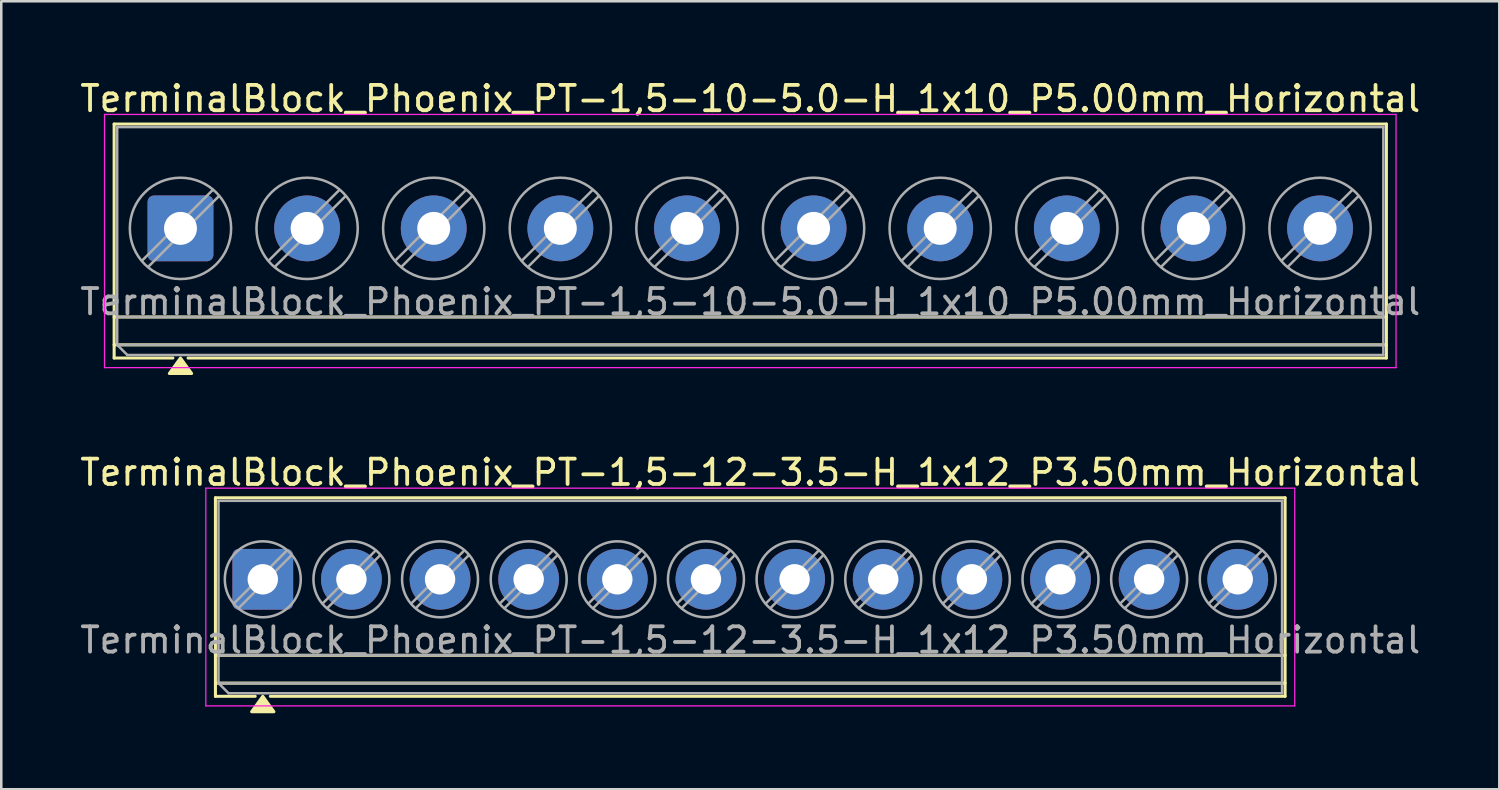
<source format=kicad_pcb>
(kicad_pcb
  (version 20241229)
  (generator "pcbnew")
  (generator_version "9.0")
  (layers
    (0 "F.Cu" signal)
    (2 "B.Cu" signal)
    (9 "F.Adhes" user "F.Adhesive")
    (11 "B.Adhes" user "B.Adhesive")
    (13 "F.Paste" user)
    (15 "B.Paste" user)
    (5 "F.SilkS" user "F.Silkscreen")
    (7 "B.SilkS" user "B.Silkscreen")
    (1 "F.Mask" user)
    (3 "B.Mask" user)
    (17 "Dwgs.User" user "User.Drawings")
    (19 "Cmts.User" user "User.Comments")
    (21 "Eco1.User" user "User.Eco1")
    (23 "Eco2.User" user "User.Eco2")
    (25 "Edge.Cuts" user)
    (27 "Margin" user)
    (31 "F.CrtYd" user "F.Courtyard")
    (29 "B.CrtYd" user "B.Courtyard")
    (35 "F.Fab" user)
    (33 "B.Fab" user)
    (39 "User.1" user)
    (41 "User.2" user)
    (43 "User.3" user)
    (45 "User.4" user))
  (footprint "TerminalBlock_Phoenix_PT-1,5-12-3.5-H_1x12_P3.50mm_Horizontal"
    (layer "F.Cu")
    (at 7.327 19.826)
    (property "Reference" "TerminalBlock_Phoenix_PT-1,5-12-3.5-H_1x12_P3.50mm_Horizontal" (at 19.25 -4.22 0) (layer "F.SilkS") (effects (font (size 1 1) (thickness 0.15))))
    (attr through_hole)
    (fp_line (start -1.87 -3.22) (end -1.87 4.62) (stroke (width 0.12) (type solid)) (layer "F.SilkS"))
    (fp_line (start -1.87 -3.22) (end 40.37 -3.22) (stroke (width 0.12) (type solid)) (layer "F.SilkS"))
    (fp_line (start -1.87 3) (end 40.37 3) (stroke (width 0.12) (type solid)) (layer "F.SilkS"))
    (fp_line (start -1.87 4.1) (end 40.37 4.1) (stroke (width 0.12) (type solid)) (layer "F.SilkS"))
    (fp_line (start -1.87 4.62) (end -0.3 4.62) (stroke (width 0.12) (type solid)) (layer "F.SilkS"))
    (fp_line (start 0.3 4.62) (end 40.37 4.62) (stroke (width 0.12) (type solid)) (layer "F.SilkS"))
    (fp_line (start 40.37 -3.22) (end 40.37 4.62) (stroke (width 0.12) (type solid)) (layer "F.SilkS"))
    (fp_poly (pts (xy 0 4.62) (xy 0.44 5.23) (xy -0.44 5.23)) (stroke (width 0.12) (type solid)) (fill yes) (layer "F.SilkS"))
    (fp_line (start -2.25 -3.6) (end -2.25 5) (stroke (width 0.05) (type solid)) (layer "F.CrtYd"))
    (fp_line (start -2.25 5) (end 40.75 5) (stroke (width 0.05) (type solid)) (layer "F.CrtYd"))
    (fp_line (start 40.75 -3.6) (end -2.25 -3.6) (stroke (width 0.05) (type solid)) (layer "F.CrtYd"))
    (fp_line (start 40.75 5) (end 40.75 -3.6) (stroke (width 0.05) (type solid)) (layer "F.CrtYd"))
    (fp_line (start -1.75 -3.1) (end 40.25 -3.1) (stroke (width 0.1) (type solid)) (layer "F.Fab"))
    (fp_line (start -1.75 3) (end 40.25 3) (stroke (width 0.1) (type solid)) (layer "F.Fab"))
    (fp_line (start -1.75 4.1) (end -1.75 -3.1) (stroke (width 0.1) (type solid)) (layer "F.Fab"))
    (fp_line (start -1.75 4.1) (end 40.25 4.1) (stroke (width 0.1) (type solid)) (layer "F.Fab"))
    (fp_line (start -1.35 4.5) (end -1.75 4.1) (stroke (width 0.1) (type solid)) (layer "F.Fab"))
    (fp_line (start 0.955 -1.138) (end -1.138 0.955) (stroke (width 0.1) (type solid)) (layer "F.Fab"))
    (fp_line (start 1.138 -0.955) (end -0.955 1.138) (stroke (width 0.1) (type solid)) (layer "F.Fab"))
    (fp_line (start 4.455 -1.138) (end 2.362 0.955) (stroke (width 0.1) (type solid)) (layer "F.Fab"))
    (fp_line (start 4.638 -0.955) (end 2.545 1.138) (stroke (width 0.1) (type solid)) (layer "F.Fab"))
    (fp_line (start 7.955 -1.138) (end 5.862 0.955) (stroke (width 0.1) (type solid)) (layer "F.Fab"))
    (fp_line (start 8.138 -0.955) (end 6.045 1.138) (stroke (width 0.1) (type solid)) (layer "F.Fab"))
    (fp_line (start 11.455 -1.138) (end 9.362 0.955) (stroke (width 0.1) (type solid)) (layer "F.Fab"))
    (fp_line (start 11.638 -0.955) (end 9.545 1.138) (stroke (width 0.1) (type solid)) (layer "F.Fab"))
    (fp_line (start 14.955 -1.138) (end 12.862 0.955) (stroke (width 0.1) (type solid)) (layer "F.Fab"))
    (fp_line (start 15.138 -0.955) (end 13.045 1.138) (stroke (width 0.1) (type solid)) (layer "F.Fab"))
    (fp_line (start 18.455 -1.138) (end 16.362 0.955) (stroke (width 0.1) (type solid)) (layer "F.Fab"))
    (fp_line (start 18.638 -0.955) (end 16.545 1.138) (stroke (width 0.1) (type solid)) (layer "F.Fab"))
    (fp_line (start 21.955 -1.138) (end 19.862 0.955) (stroke (width 0.1) (type solid)) (layer "F.Fab"))
    (fp_line (start 22.138 -0.955) (end 20.045 1.138) (stroke (width 0.1) (type solid)) (layer "F.Fab"))
    (fp_line (start 25.455 -1.138) (end 23.362 0.955) (stroke (width 0.1) (type solid)) (layer "F.Fab"))
    (fp_line (start 25.638 -0.955) (end 23.545 1.138) (stroke (width 0.1) (type solid)) (layer "F.Fab"))
    (fp_line (start 28.955 -1.138) (end 26.862 0.955) (stroke (width 0.1) (type solid)) (layer "F.Fab"))
    (fp_line (start 29.138 -0.955) (end 27.045 1.138) (stroke (width 0.1) (type solid)) (layer "F.Fab"))
    (fp_line (start 32.455 -1.138) (end 30.362 0.955) (stroke (width 0.1) (type solid)) (layer "F.Fab"))
    (fp_line (start 32.638 -0.955) (end 30.545 1.138) (stroke (width 0.1) (type solid)) (layer "F.Fab"))
    (fp_line (start 35.955 -1.138) (end 33.862 0.955) (stroke (width 0.1) (type solid)) (layer "F.Fab"))
    (fp_line (start 36.138 -0.955) (end 34.045 1.138) (stroke (width 0.1) (type solid)) (layer "F.Fab"))
    (fp_line (start 39.455 -1.138) (end 37.362 0.955) (stroke (width 0.1) (type solid)) (layer "F.Fab"))
    (fp_line (start 39.638 -0.955) (end 37.545 1.138) (stroke (width 0.1) (type solid)) (layer "F.Fab"))
    (fp_line (start 40.25 -3.1) (end 40.25 4.5) (stroke (width 0.1) (type solid)) (layer "F.Fab"))
    (fp_line (start 40.25 4.5) (end -1.35 4.5) (stroke (width 0.1) (type solid)) (layer "F.Fab"))
    (fp_circle (center 0 0) (end 1.5 0) (stroke (width 0.1) (type solid)) (fill no) (layer "F.Fab"))
    (fp_circle (center 3.5 0) (end 5 0) (stroke (width 0.1) (type solid)) (fill no) (layer "F.Fab"))
    (fp_circle (center 7 0) (end 8.5 0) (stroke (width 0.1) (type solid)) (fill no) (layer "F.Fab"))
    (fp_circle (center 10.5 0) (end 12 0) (stroke (width 0.1) (type solid)) (fill no) (layer "F.Fab"))
    (fp_circle (center 14 0) (end 15.5 0) (stroke (width 0.1) (type solid)) (fill no) (layer "F.Fab"))
    (fp_circle (center 17.5 0) (end 19 0) (stroke (width 0.1) (type solid)) (fill no) (layer "F.Fab"))
    (fp_circle (center 21 0) (end 22.5 0) (stroke (width 0.1) (type solid)) (fill no) (layer "F.Fab"))
    (fp_circle (center 24.5 0) (end 26 0) (stroke (width 0.1) (type solid)) (fill no) (layer "F.Fab"))
    (fp_circle (center 28 0) (end 29.5 0) (stroke (width 0.1) (type solid)) (fill no) (layer "F.Fab"))
    (fp_circle (center 31.5 0) (end 33 0) (stroke (width 0.1) (type solid)) (fill no) (layer "F.Fab"))
    (fp_circle (center 35 0) (end 36.5 0) (stroke (width 0.1) (type solid)) (fill no) (layer "F.Fab"))
    (fp_circle (center 38.5 0) (end 40 0) (stroke (width 0.1) (type solid)) (fill no) (layer "F.Fab"))
    (fp_text user "${REFERENCE}" (at 19.25 2.4 0) (layer "F.Fab") (effects (font (size 1 1) (thickness 0.15))))
    (pad "1" thru_hole roundrect (at 0 0) (size 2.4 2.4) (drill 1.2) (layers "*.Cu" "*.Mask") (roundrect_rratio 0.104))
    (pad "2" thru_hole circle (at 3.5 0) (size 2.4 2.4) (drill 1.2) (layers "*.Cu" "*.Mask"))
    (pad "3" thru_hole circle (at 7 0) (size 2.4 2.4) (drill 1.2) (layers "*.Cu" "*.Mask"))
    (pad "4" thru_hole circle (at 10.5 0) (size 2.4 2.4) (drill 1.2) (layers "*.Cu" "*.Mask"))
    (pad "5" thru_hole circle (at 14 0) (size 2.4 2.4) (drill 1.2) (layers "*.Cu" "*.Mask"))
    (pad "6" thru_hole circle (at 17.5 0) (size 2.4 2.4) (drill 1.2) (layers "*.Cu" "*.Mask"))
    (pad "7" thru_hole circle (at 21 0) (size 2.4 2.4) (drill 1.2) (layers "*.Cu" "*.Mask"))
    (pad "8" thru_hole circle (at 24.5 0) (size 2.4 2.4) (drill 1.2) (layers "*.Cu" "*.Mask"))
    (pad "9" thru_hole circle (at 28 0) (size 2.4 2.4) (drill 1.2) (layers "*.Cu" "*.Mask"))
    (pad "10" thru_hole circle (at 31.5 0) (size 2.4 2.4) (drill 1.2) (layers "*.Cu" "*.Mask"))
    (pad "11" thru_hole circle (at 35 0) (size 2.4 2.4) (drill 1.2) (layers "*.Cu" "*.Mask"))
    (pad "12" thru_hole circle (at 38.5 0) (size 2.4 2.4) (drill 1.2) (layers "*.Cu" "*.Mask")))
  (footprint "TerminalBlock_Phoenix_PT-1,5-10-5.0-H_1x10_P5.00mm_Horizontal"
    (layer "F.Cu")
    (at 4.077 5.968)
    (property "Reference" "TerminalBlock_Phoenix_PT-1,5-10-5.0-H_1x10_P5.00mm_Horizontal" (at 22.5 -5.12 0) (layer "F.SilkS") (effects (font (size 1 1) (thickness 0.15))))
    (attr through_hole)
    (fp_line (start -2.62 -4.12) (end -2.62 5.12) (stroke (width 0.12) (type solid)) (layer "F.SilkS"))
    (fp_line (start -2.62 -4.12) (end 47.62 -4.12) (stroke (width 0.12) (type solid)) (layer "F.SilkS"))
    (fp_line (start -2.62 3.5) (end 47.62 3.5) (stroke (width 0.12) (type solid)) (layer "F.SilkS"))
    (fp_line (start -2.62 4.6) (end 47.62 4.6) (stroke (width 0.12) (type solid)) (layer "F.SilkS"))
    (fp_line (start -2.62 5.12) (end -0.3 5.12) (stroke (width 0.12) (type solid)) (layer "F.SilkS"))
    (fp_line (start 0.3 5.12) (end 47.62 5.12) (stroke (width 0.12) (type solid)) (layer "F.SilkS"))
    (fp_line (start 47.62 -4.12) (end 47.62 5.12) (stroke (width 0.12) (type solid)) (layer "F.SilkS"))
    (fp_poly (pts (xy 0 5.12) (xy 0.44 5.73) (xy -0.44 5.73)) (stroke (width 0.12) (type solid)) (fill yes) (layer "F.SilkS"))
    (fp_line (start -3 -4.5) (end -3 5.5) (stroke (width 0.05) (type solid)) (layer "F.CrtYd"))
    (fp_line (start -3 5.5) (end 48 5.5) (stroke (width 0.05) (type solid)) (layer "F.CrtYd"))
    (fp_line (start 48 -4.5) (end -3 -4.5) (stroke (width 0.05) (type solid)) (layer "F.CrtYd"))
    (fp_line (start 48 5.5) (end 48 -4.5) (stroke (width 0.05) (type solid)) (layer "F.CrtYd"))
    (fp_line (start -2.5 -4) (end 47.5 -4) (stroke (width 0.1) (type solid)) (layer "F.Fab"))
    (fp_line (start -2.5 3.5) (end 47.5 3.5) (stroke (width 0.1) (type solid)) (layer "F.Fab"))
    (fp_line (start -2.5 4.6) (end -2.5 -4) (stroke (width 0.1) (type solid)) (layer "F.Fab"))
    (fp_line (start -2.5 4.6) (end 47.5 4.6) (stroke (width 0.1) (type solid)) (layer "F.Fab"))
    (fp_line (start -2.1 5) (end -2.5 4.6) (stroke (width 0.1) (type solid)) (layer "F.Fab"))
    (fp_line (start 1.273 -1.517) (end -1.517 1.273) (stroke (width 0.1) (type solid)) (layer "F.Fab"))
    (fp_line (start 1.517 -1.273) (end -1.273 1.517) (stroke (width 0.1) (type solid)) (layer "F.Fab"))
    (fp_line (start 6.273 -1.517) (end 3.483 1.273) (stroke (width 0.1) (type solid)) (layer "F.Fab"))
    (fp_line (start 6.517 -1.273) (end 3.727 1.517) (stroke (width 0.1) (type solid)) (layer "F.Fab"))
    (fp_line (start 11.273 -1.517) (end 8.483 1.273) (stroke (width 0.1) (type solid)) (layer "F.Fab"))
    (fp_line (start 11.517 -1.273) (end 8.727 1.517) (stroke (width 0.1) (type solid)) (layer "F.Fab"))
    (fp_line (start 16.273 -1.517) (end 13.483 1.273) (stroke (width 0.1) (type solid)) (layer "F.Fab"))
    (fp_line (start 16.517 -1.273) (end 13.727 1.517) (stroke (width 0.1) (type solid)) (layer "F.Fab"))
    (fp_line (start 21.273 -1.517) (end 18.483 1.273) (stroke (width 0.1) (type solid)) (layer "F.Fab"))
    (fp_line (start 21.517 -1.273) (end 18.727 1.517) (stroke (width 0.1) (type solid)) (layer "F.Fab"))
    (fp_line (start 26.273 -1.517) (end 23.483 1.273) (stroke (width 0.1) (type solid)) (layer "F.Fab"))
    (fp_line (start 26.517 -1.273) (end 23.727 1.517) (stroke (width 0.1) (type solid)) (layer "F.Fab"))
    (fp_line (start 31.273 -1.517) (end 28.483 1.273) (stroke (width 0.1) (type solid)) (layer "F.Fab"))
    (fp_line (start 31.517 -1.273) (end 28.727 1.517) (stroke (width 0.1) (type solid)) (layer "F.Fab"))
    (fp_line (start 36.273 -1.517) (end 33.483 1.273) (stroke (width 0.1) (type solid)) (layer "F.Fab"))
    (fp_line (start 36.517 -1.273) (end 33.727 1.517) (stroke (width 0.1) (type solid)) (layer "F.Fab"))
    (fp_line (start 41.273 -1.517) (end 38.483 1.273) (stroke (width 0.1) (type solid)) (layer "F.Fab"))
    (fp_line (start 41.517 -1.273) (end 38.727 1.517) (stroke (width 0.1) (type solid)) (layer "F.Fab"))
    (fp_line (start 46.273 -1.517) (end 43.483 1.273) (stroke (width 0.1) (type solid)) (layer "F.Fab"))
    (fp_line (start 46.517 -1.273) (end 43.727 1.517) (stroke (width 0.1) (type solid)) (layer "F.Fab"))
    (fp_line (start 47.5 -4) (end 47.5 5) (stroke (width 0.1) (type solid)) (layer "F.Fab"))
    (fp_line (start 47.5 5) (end -2.1 5) (stroke (width 0.1) (type solid)) (layer "F.Fab"))
    (fp_circle (center 0 0) (end 2 0) (stroke (width 0.1) (type solid)) (fill no) (layer "F.Fab"))
    (fp_circle (center 5 0) (end 7 0) (stroke (width 0.1) (type solid)) (fill no) (layer "F.Fab"))
    (fp_circle (center 10 0) (end 12 0) (stroke (width 0.1) (type solid)) (fill no) (layer "F.Fab"))
    (fp_circle (center 15 0) (end 17 0) (stroke (width 0.1) (type solid)) (fill no) (layer "F.Fab"))
    (fp_circle (center 20 0) (end 22 0) (stroke (width 0.1) (type solid)) (fill no) (layer "F.Fab"))
    (fp_circle (center 25 0) (end 27 0) (stroke (width 0.1) (type solid)) (fill no) (layer "F.Fab"))
    (fp_circle (center 30 0) (end 32 0) (stroke (width 0.1) (type solid)) (fill no) (layer "F.Fab"))
    (fp_circle (center 35 0) (end 37 0) (stroke (width 0.1) (type solid)) (fill no) (layer "F.Fab"))
    (fp_circle (center 40 0) (end 42 0) (stroke (width 0.1) (type solid)) (fill no) (layer "F.Fab"))
    (fp_circle (center 45 0) (end 47 0) (stroke (width 0.1) (type solid)) (fill no) (layer "F.Fab"))
    (fp_text user "${REFERENCE}" (at 22.5 2.9 0) (layer "F.Fab") (effects (font (size 1 1) (thickness 0.15))))
    (pad "1" thru_hole roundrect (at 0 0) (size 2.6 2.6) (drill 1.3) (layers "*.Cu" "*.Mask") (roundrect_rratio 0.096))
    (pad "2" thru_hole circle (at 5 0) (size 2.6 2.6) (drill 1.3) (layers "*.Cu" "*.Mask"))
    (pad "3" thru_hole circle (at 10 0) (size 2.6 2.6) (drill 1.3) (layers "*.Cu" "*.Mask"))
    (pad "4" thru_hole circle (at 15 0) (size 2.6 2.6) (drill 1.3) (layers "*.Cu" "*.Mask"))
    (pad "5" thru_hole circle (at 20 0) (size 2.6 2.6) (drill 1.3) (layers "*.Cu" "*.Mask"))
    (pad "6" thru_hole circle (at 25 0) (size 2.6 2.6) (drill 1.3) (layers "*.Cu" "*.Mask"))
    (pad "7" thru_hole circle (at 30 0) (size 2.6 2.6) (drill 1.3) (layers "*.Cu" "*.Mask"))
    (pad "8" thru_hole circle (at 35 0) (size 2.6 2.6) (drill 1.3) (layers "*.Cu" "*.Mask"))
    (pad "9" thru_hole circle (at 40 0) (size 2.6 2.6) (drill 1.3) (layers "*.Cu" "*.Mask"))
    (pad "10" thru_hole circle (at 45 0) (size 2.6 2.6) (drill 1.3) (layers "*.Cu" "*.Mask")))
  (gr_rect
    (start -3 -3)
    (end 56.155 28.116)
    (stroke (width 0.1) (type default))
    (fill no)
    (layer "Edge.Cuts")))
</source>
